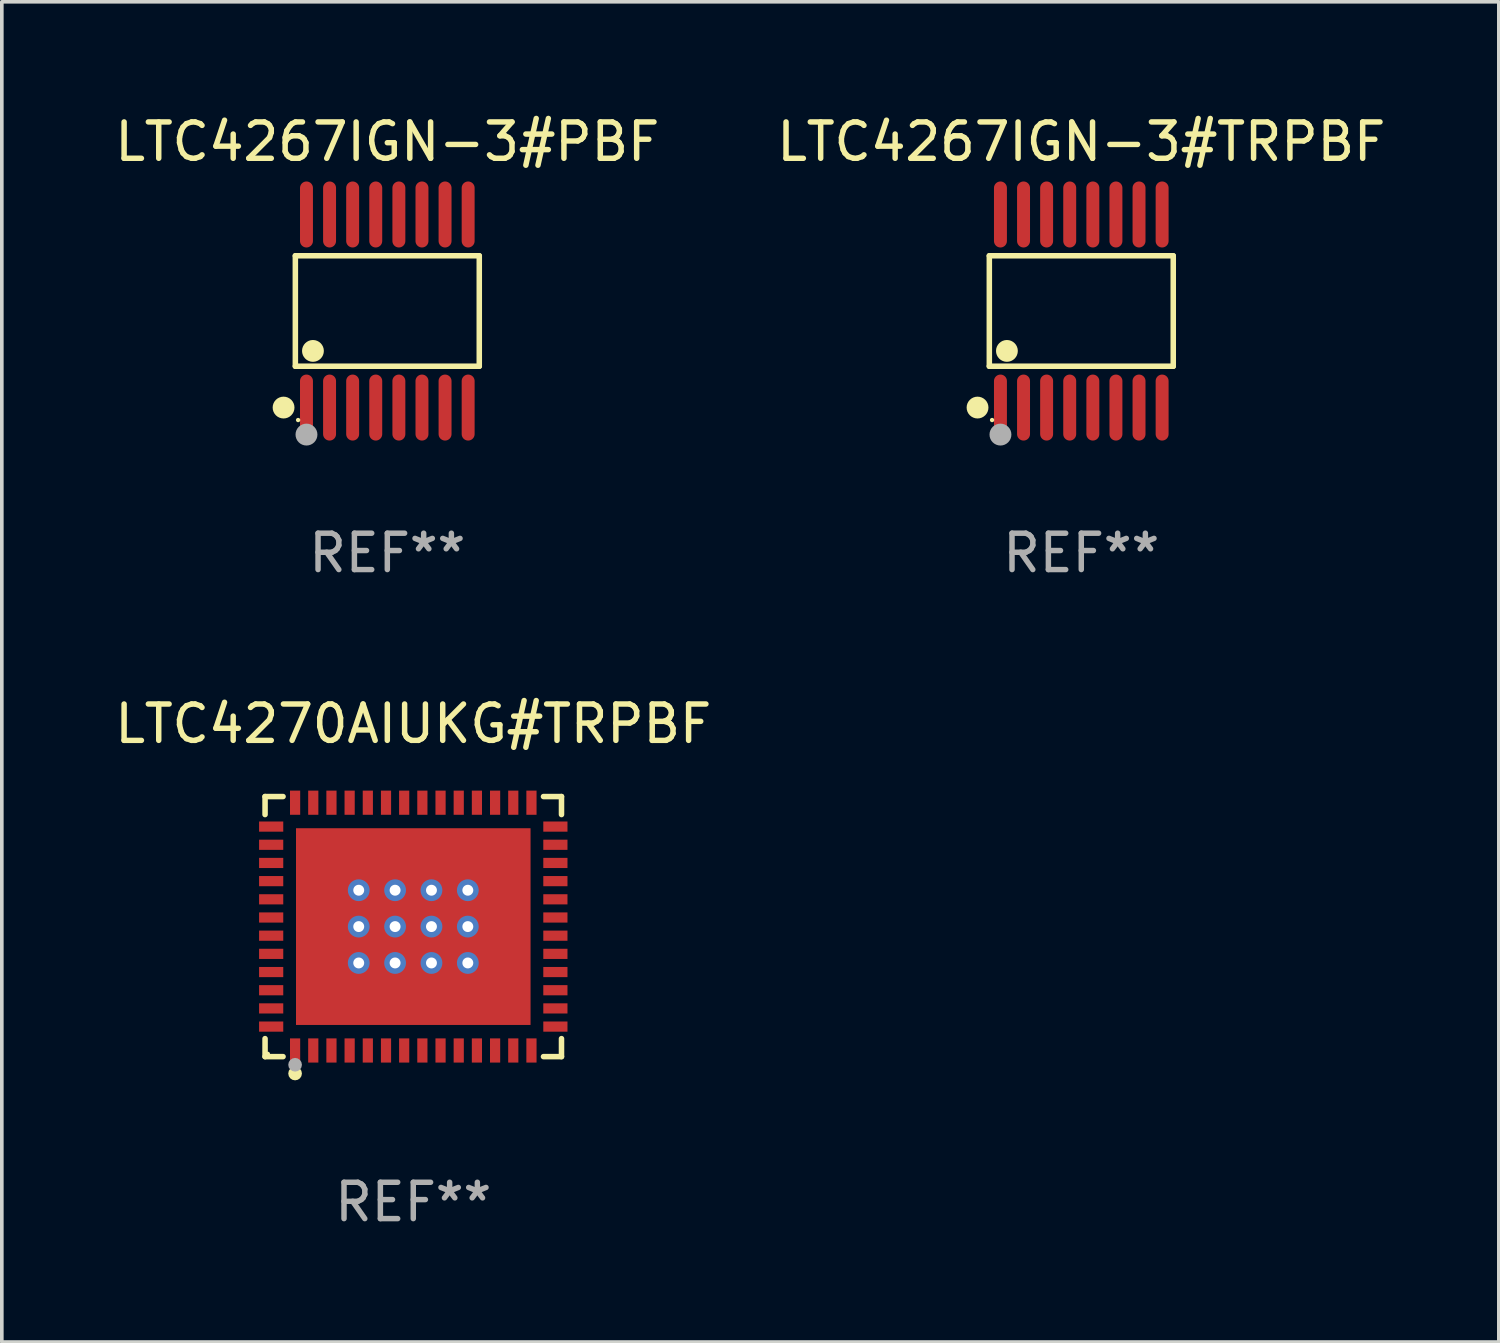
<source format=kicad_pcb>
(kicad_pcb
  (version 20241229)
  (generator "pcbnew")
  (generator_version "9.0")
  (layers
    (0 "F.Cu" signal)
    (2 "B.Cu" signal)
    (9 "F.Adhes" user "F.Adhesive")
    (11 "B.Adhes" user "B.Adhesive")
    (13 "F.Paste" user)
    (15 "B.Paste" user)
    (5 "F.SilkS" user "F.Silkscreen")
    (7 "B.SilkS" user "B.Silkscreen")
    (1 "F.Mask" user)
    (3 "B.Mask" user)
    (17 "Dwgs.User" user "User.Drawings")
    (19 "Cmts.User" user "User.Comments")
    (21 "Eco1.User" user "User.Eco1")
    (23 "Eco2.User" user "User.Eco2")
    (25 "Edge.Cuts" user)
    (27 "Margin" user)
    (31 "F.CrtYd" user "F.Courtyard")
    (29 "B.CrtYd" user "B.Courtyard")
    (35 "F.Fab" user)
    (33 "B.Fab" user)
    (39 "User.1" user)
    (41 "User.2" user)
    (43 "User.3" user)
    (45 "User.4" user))
  (footprint "LTC4270AIUKG#TRPBF"
    (layer "F.Cu")
    (at 8.315 22.431)
    (property "Reference" "LTC4270AIUKG#TRPBF" (at 0 -5.576 0) (layer "F.SilkS") (effects (font (size 1 1) (thickness 0.15))))
    (attr through_hole)
    (fp_line (start -4.076 -3.576) (end -3.581 -3.576) (stroke (width 0.152) (type solid)) (layer "F.SilkS"))
    (fp_line (start -4.076 -3.081) (end -4.076 -3.576) (stroke (width 0.152) (type solid)) (layer "F.SilkS"))
    (fp_line (start -4.076 3.081) (end -4.076 3.576) (stroke (width 0.152) (type solid)) (layer "F.SilkS"))
    (fp_line (start -4.076 3.576) (end -3.581 3.576) (stroke (width 0.152) (type solid)) (layer "F.SilkS"))
    (fp_line (start 4.076 -3.576) (end 3.581 -3.576) (stroke (width 0.152) (type solid)) (layer "F.SilkS"))
    (fp_line (start 4.076 -3.081) (end 4.076 -3.576) (stroke (width 0.152) (type solid)) (layer "F.SilkS"))
    (fp_line (start 4.076 3.081) (end 4.076 3.576) (stroke (width 0.152) (type solid)) (layer "F.SilkS"))
    (fp_line (start 4.076 3.576) (end 3.581 3.576) (stroke (width 0.152) (type solid)) (layer "F.SilkS"))
    (fp_circle (center -4 3.5) (end -3.97 3.5) (stroke (width 0.06) (type solid)) (fill no) (layer "F.SilkS"))
    (fp_circle (center -3.25 4.04) (end -3.156 4.04) (stroke (width 0.188) (type solid)) (fill no) (layer "F.SilkS"))
    (fp_circle (center -3.25 3.8) (end -3.156 3.8) (stroke (width 0.188) (type solid)) (fill no) (layer "F.Fab"))
    (fp_text user "REF**" (at 0 7.576 0) (layer "F.Fab") (effects (font (size 1 1) (thickness 0.15))))
    (pad "1" smd rect (at -3.25 3.407) (size 0.28 0.665) (layers "F.Cu" "F.Mask" "F.Paste"))
    (pad "2" smd rect (at -2.75 3.407) (size 0.28 0.665) (layers "F.Cu" "F.Mask" "F.Paste"))
    (pad "3" smd rect (at -2.25 3.407) (size 0.28 0.665) (layers "F.Cu" "F.Mask" "F.Paste"))
    (pad "4" smd rect (at -1.75 3.407) (size 0.28 0.665) (layers "F.Cu" "F.Mask" "F.Paste"))
    (pad "5" smd rect (at -1.25 3.407) (size 0.28 0.665) (layers "F.Cu" "F.Mask" "F.Paste"))
    (pad "6" smd rect (at -0.75 3.407) (size 0.28 0.665) (layers "F.Cu" "F.Mask" "F.Paste"))
    (pad "7" smd rect (at -0.25 3.407) (size 0.28 0.665) (layers "F.Cu" "F.Mask" "F.Paste"))
    (pad "8" smd rect (at 0.25 3.407) (size 0.28 0.665) (layers "F.Cu" "F.Mask" "F.Paste"))
    (pad "9" smd rect (at 0.75 3.407) (size 0.28 0.665) (layers "F.Cu" "F.Mask" "F.Paste"))
    (pad "10" smd rect (at 1.25 3.407) (size 0.28 0.665) (layers "F.Cu" "F.Mask" "F.Paste"))
    (pad "11" smd rect (at 1.75 3.407) (size 0.28 0.665) (layers "F.Cu" "F.Mask" "F.Paste"))
    (pad "12" smd rect (at 2.25 3.407) (size 0.28 0.665) (layers "F.Cu" "F.Mask" "F.Paste"))
    (pad "13" smd rect (at 2.75 3.407) (size 0.28 0.665) (layers "F.Cu" "F.Mask" "F.Paste"))
    (pad "14" smd rect (at 3.25 3.407) (size 0.28 0.665) (layers "F.Cu" "F.Mask" "F.Paste"))
    (pad "15" smd rect (at 3.908 2.75) (size 0.665 0.28) (layers "F.Cu" "F.Mask" "F.Paste"))
    (pad "16" smd rect (at 3.908 2.25) (size 0.665 0.28) (layers "F.Cu" "F.Mask" "F.Paste"))
    (pad "17" smd rect (at 3.908 1.75) (size 0.665 0.28) (layers "F.Cu" "F.Mask" "F.Paste"))
    (pad "18" smd rect (at 3.908 1.25) (size 0.665 0.28) (layers "F.Cu" "F.Mask" "F.Paste"))
    (pad "19" smd rect (at 3.908 0.75) (size 0.665 0.28) (layers "F.Cu" "F.Mask" "F.Paste"))
    (pad "20" smd rect (at 3.908 0.25) (size 0.665 0.28) (layers "F.Cu" "F.Mask" "F.Paste"))
    (pad "21" smd rect (at 3.908 -0.25) (size 0.665 0.28) (layers "F.Cu" "F.Mask" "F.Paste"))
    (pad "22" smd rect (at 3.908 -0.75) (size 0.665 0.28) (layers "F.Cu" "F.Mask" "F.Paste"))
    (pad "23" smd rect (at 3.908 -1.25) (size 0.665 0.28) (layers "F.Cu" "F.Mask" "F.Paste"))
    (pad "24" smd rect (at 3.908 -1.75) (size 0.665 0.28) (layers "F.Cu" "F.Mask" "F.Paste"))
    (pad "25" smd rect (at 3.908 -2.25) (size 0.665 0.28) (layers "F.Cu" "F.Mask" "F.Paste"))
    (pad "26" smd rect (at 3.908 -2.75) (size 0.665 0.28) (layers "F.Cu" "F.Mask" "F.Paste"))
    (pad "27" smd rect (at 3.25 -3.407) (size 0.28 0.665) (layers "F.Cu" "F.Mask" "F.Paste"))
    (pad "28" smd rect (at 2.75 -3.407) (size 0.28 0.665) (layers "F.Cu" "F.Mask" "F.Paste"))
    (pad "29" smd rect (at 2.25 -3.407) (size 0.28 0.665) (layers "F.Cu" "F.Mask" "F.Paste"))
    (pad "30" smd rect (at 1.75 -3.407) (size 0.28 0.665) (layers "F.Cu" "F.Mask" "F.Paste"))
    (pad "31" smd rect (at 1.25 -3.407) (size 0.28 0.665) (layers "F.Cu" "F.Mask" "F.Paste"))
    (pad "32" smd rect (at 0.75 -3.407) (size 0.28 0.665) (layers "F.Cu" "F.Mask" "F.Paste"))
    (pad "33" smd rect (at 0.25 -3.407) (size 0.28 0.665) (layers "F.Cu" "F.Mask" "F.Paste"))
    (pad "34" smd rect (at -0.25 -3.407) (size 0.28 0.665) (layers "F.Cu" "F.Mask" "F.Paste"))
    (pad "35" smd rect (at -0.75 -3.407) (size 0.28 0.665) (layers "F.Cu" "F.Mask" "F.Paste"))
    (pad "36" smd rect (at -1.25 -3.407) (size 0.28 0.665) (layers "F.Cu" "F.Mask" "F.Paste"))
    (pad "37" smd rect (at -1.75 -3.407) (size 0.28 0.665) (layers "F.Cu" "F.Mask" "F.Paste"))
    (pad "38" smd rect (at -2.25 -3.407) (size 0.28 0.665) (layers "F.Cu" "F.Mask" "F.Paste"))
    (pad "39" smd rect (at -2.75 -3.407) (size 0.28 0.665) (layers "F.Cu" "F.Mask" "F.Paste"))
    (pad "40" smd rect (at -3.25 -3.407) (size 0.28 0.665) (layers "F.Cu" "F.Mask" "F.Paste"))
    (pad "41" smd rect (at -3.908 -2.75) (size 0.665 0.28) (layers "F.Cu" "F.Mask" "F.Paste"))
    (pad "42" smd rect (at -3.908 -2.25) (size 0.665 0.28) (layers "F.Cu" "F.Mask" "F.Paste"))
    (pad "43" smd rect (at -3.908 -1.75) (size 0.665 0.28) (layers "F.Cu" "F.Mask" "F.Paste"))
    (pad "44" smd rect (at -3.908 -1.25) (size 0.665 0.28) (layers "F.Cu" "F.Mask" "F.Paste"))
    (pad "45" smd rect (at -3.908 -0.75) (size 0.665 0.28) (layers "F.Cu" "F.Mask" "F.Paste"))
    (pad "46" smd rect (at -3.908 -0.25) (size 0.665 0.28) (layers "F.Cu" "F.Mask" "F.Paste"))
    (pad "47" smd rect (at -3.908 0.25) (size 0.665 0.28) (layers "F.Cu" "F.Mask" "F.Paste"))
    (pad "48" smd rect (at -3.908 0.75) (size 0.665 0.28) (layers "F.Cu" "F.Mask" "F.Paste"))
    (pad "49" smd rect (at -3.908 1.25) (size 0.665 0.28) (layers "F.Cu" "F.Mask" "F.Paste"))
    (pad "50" smd rect (at -3.908 1.75) (size 0.665 0.28) (layers "F.Cu" "F.Mask" "F.Paste"))
    (pad "51" smd rect (at -3.908 2.25) (size 0.665 0.28) (layers "F.Cu" "F.Mask" "F.Paste"))
    (pad "52" smd rect (at -3.908 2.75) (size 0.665 0.28) (layers "F.Cu" "F.Mask" "F.Paste"))
    (pad "53" thru_hole circle (at -1.5 -1) (size 0.6 0.6) (drill 0.3) (layers "*.Cu" "*.Mask"))
    (pad "53" thru_hole circle (at -1.5 0) (size 0.6 0.6) (drill 0.3) (layers "*.Cu" "*.Mask"))
    (pad "53" thru_hole circle (at -1.5 1) (size 0.6 0.6) (drill 0.3) (layers "*.Cu" "*.Mask"))
    (pad "53" thru_hole circle (at -0.5 -1) (size 0.6 0.6) (drill 0.3) (layers "*.Cu" "*.Mask"))
    (pad "53" thru_hole circle (at -0.5 0) (size 0.6 0.6) (drill 0.3) (layers "*.Cu" "*.Mask"))
    (pad "53" thru_hole circle (at -0.5 1) (size 0.6 0.6) (drill 0.3) (layers "*.Cu" "*.Mask"))
    (pad "53" smd rect (at 0 0) (size 6.45 5.41) (layers "F.Cu" "F.Mask" "F.Paste"))
    (pad "53" thru_hole circle (at 0.5 -1) (size 0.6 0.6) (drill 0.3) (layers "*.Cu" "*.Mask"))
    (pad "53" thru_hole circle (at 0.5 0) (size 0.6 0.6) (drill 0.3) (layers "*.Cu" "*.Mask"))
    (pad "53" thru_hole circle (at 0.5 1) (size 0.6 0.6) (drill 0.3) (layers "*.Cu" "*.Mask"))
    (pad "53" thru_hole circle (at 1.5 -1) (size 0.6 0.6) (drill 0.3) (layers "*.Cu" "*.Mask"))
    (pad "53" thru_hole circle (at 1.5 0) (size 0.6 0.6) (drill 0.3) (layers "*.Cu" "*.Mask"))
    (pad "53" thru_hole circle (at 1.5 1) (size 0.6 0.6) (drill 0.3) (layers "*.Cu" "*.Mask")))
  (footprint "LTC4267IGN-3#PBF"
    (layer "F.Cu")
    (at 7.601 5.503)
    (property "Reference" "LTC4267IGN-3#PBF" (at 0 -4.655 0) (layer "F.SilkS") (effects (font (size 1 1) (thickness 0.15))))
    (attr through_hole)
    (fp_line (start -2.529 -1.519) (end 2.529 -1.519) (stroke (width 0.152) (type solid)) (layer "F.SilkS"))
    (fp_line (start -2.529 1.519) (end -2.529 -1.519) (stroke (width 0.152) (type solid)) (layer "F.SilkS"))
    (fp_line (start 2.529 -1.519) (end 2.529 1.519) (stroke (width 0.152) (type solid)) (layer "F.SilkS"))
    (fp_line (start 2.529 1.519) (end -2.529 1.519) (stroke (width 0.152) (type solid)) (layer "F.SilkS"))
    (fp_circle (center -2.853 2.655) (end -2.703 2.655) (stroke (width 0.3) (type solid)) (fill no) (layer "F.SilkS"))
    (fp_circle (center -2.453 2.998) (end -2.423 2.998) (stroke (width 0.06) (type solid)) (fill no) (layer "F.SilkS"))
    (fp_circle (center -2.045 1.097) (end -1.895 1.097) (stroke (width 0.3) (type solid)) (fill no) (layer "F.SilkS"))
    (fp_circle (center -2.223 3.398) (end -2.072 3.398) (stroke (width 0.3) (type solid)) (fill no) (layer "F.Fab"))
    (fp_text user "REF**" (at 0 6.655 0) (layer "F.Fab") (effects (font (size 1 1) (thickness 0.15))))
    (pad "1" smd oval (at -2.223 2.655) (size 0.356 1.815) (layers "F.Cu" "F.Mask" "F.Paste"))
    (pad "2" smd oval (at -1.588 2.655) (size 0.356 1.815) (layers "F.Cu" "F.Mask" "F.Paste"))
    (pad "3" smd oval (at -0.953 2.655) (size 0.356 1.815) (layers "F.Cu" "F.Mask" "F.Paste"))
    (pad "4" smd oval (at -0.318 2.655) (size 0.356 1.815) (layers "F.Cu" "F.Mask" "F.Paste"))
    (pad "5" smd oval (at 0.318 2.655) (size 0.356 1.815) (layers "F.Cu" "F.Mask" "F.Paste"))
    (pad "6" smd oval (at 0.953 2.655) (size 0.356 1.815) (layers "F.Cu" "F.Mask" "F.Paste"))
    (pad "7" smd oval (at 1.588 2.655) (size 0.356 1.815) (layers "F.Cu" "F.Mask" "F.Paste"))
    (pad "8" smd oval (at 2.223 2.655) (size 0.356 1.815) (layers "F.Cu" "F.Mask" "F.Paste"))
    (pad "9" smd oval (at 2.223 -2.655) (size 0.356 1.815) (layers "F.Cu" "F.Mask" "F.Paste"))
    (pad "10" smd oval (at 1.588 -2.655) (size 0.356 1.815) (layers "F.Cu" "F.Mask" "F.Paste"))
    (pad "11" smd oval (at 0.953 -2.655) (size 0.356 1.815) (layers "F.Cu" "F.Mask" "F.Paste"))
    (pad "12" smd oval (at 0.318 -2.655) (size 0.356 1.815) (layers "F.Cu" "F.Mask" "F.Paste"))
    (pad "13" smd oval (at -0.318 -2.655) (size 0.356 1.815) (layers "F.Cu" "F.Mask" "F.Paste"))
    (pad "14" smd oval (at -0.953 -2.655) (size 0.356 1.815) (layers "F.Cu" "F.Mask" "F.Paste"))
    (pad "15" smd oval (at -1.588 -2.655) (size 0.356 1.815) (layers "F.Cu" "F.Mask" "F.Paste"))
    (pad "16" smd oval (at -2.223 -2.655) (size 0.356 1.815) (layers "F.Cu" "F.Mask" "F.Paste")))
  (footprint "LTC4267IGN-3#TRPBF"
    (layer "F.Cu")
    (at 26.685 5.503)
    (property "Reference" "LTC4267IGN-3#TRPBF" (at 0 -4.655 0) (layer "F.SilkS") (effects (font (size 1 1) (thickness 0.15))))
    (attr through_hole)
    (fp_line (start -2.529 -1.519) (end 2.529 -1.519) (stroke (width 0.152) (type solid)) (layer "F.SilkS"))
    (fp_line (start -2.529 1.519) (end -2.529 -1.519) (stroke (width 0.152) (type solid)) (layer "F.SilkS"))
    (fp_line (start 2.529 -1.519) (end 2.529 1.519) (stroke (width 0.152) (type solid)) (layer "F.SilkS"))
    (fp_line (start 2.529 1.519) (end -2.529 1.519) (stroke (width 0.152) (type solid)) (layer "F.SilkS"))
    (fp_circle (center -2.853 2.655) (end -2.703 2.655) (stroke (width 0.3) (type solid)) (fill no) (layer "F.SilkS"))
    (fp_circle (center -2.453 2.998) (end -2.423 2.998) (stroke (width 0.06) (type solid)) (fill no) (layer "F.SilkS"))
    (fp_circle (center -2.045 1.097) (end -1.895 1.097) (stroke (width 0.3) (type solid)) (fill no) (layer "F.SilkS"))
    (fp_circle (center -2.223 3.398) (end -2.072 3.398) (stroke (width 0.3) (type solid)) (fill no) (layer "F.Fab"))
    (fp_text user "REF**" (at 0 6.655 0) (layer "F.Fab") (effects (font (size 1 1) (thickness 0.15))))
    (pad "1" smd oval (at -2.223 2.655) (size 0.356 1.815) (layers "F.Cu" "F.Mask" "F.Paste"))
    (pad "2" smd oval (at -1.588 2.655) (size 0.356 1.815) (layers "F.Cu" "F.Mask" "F.Paste"))
    (pad "3" smd oval (at -0.953 2.655) (size 0.356 1.815) (layers "F.Cu" "F.Mask" "F.Paste"))
    (pad "4" smd oval (at -0.318 2.655) (size 0.356 1.815) (layers "F.Cu" "F.Mask" "F.Paste"))
    (pad "5" smd oval (at 0.318 2.655) (size 0.356 1.815) (layers "F.Cu" "F.Mask" "F.Paste"))
    (pad "6" smd oval (at 0.953 2.655) (size 0.356 1.815) (layers "F.Cu" "F.Mask" "F.Paste"))
    (pad "7" smd oval (at 1.588 2.655) (size 0.356 1.815) (layers "F.Cu" "F.Mask" "F.Paste"))
    (pad "8" smd oval (at 2.223 2.655) (size 0.356 1.815) (layers "F.Cu" "F.Mask" "F.Paste"))
    (pad "9" smd oval (at 2.223 -2.655) (size 0.356 1.815) (layers "F.Cu" "F.Mask" "F.Paste"))
    (pad "10" smd oval (at 1.588 -2.655) (size 0.356 1.815) (layers "F.Cu" "F.Mask" "F.Paste"))
    (pad "11" smd oval (at 0.953 -2.655) (size 0.356 1.815) (layers "F.Cu" "F.Mask" "F.Paste"))
    (pad "12" smd oval (at 0.318 -2.655) (size 0.356 1.815) (layers "F.Cu" "F.Mask" "F.Paste"))
    (pad "13" smd oval (at -0.318 -2.655) (size 0.356 1.815) (layers "F.Cu" "F.Mask" "F.Paste"))
    (pad "14" smd oval (at -0.953 -2.655) (size 0.356 1.815) (layers "F.Cu" "F.Mask" "F.Paste"))
    (pad "15" smd oval (at -1.588 -2.655) (size 0.356 1.815) (layers "F.Cu" "F.Mask" "F.Paste"))
    (pad "16" smd oval (at -2.223 -2.655) (size 0.356 1.815) (layers "F.Cu" "F.Mask" "F.Paste")))
  (gr_rect
    (start -3 -3)
    (end 38.167 33.855)
    (stroke (width 0.1) (type default))
    (fill no)
    (layer "Edge.Cuts")))
</source>
